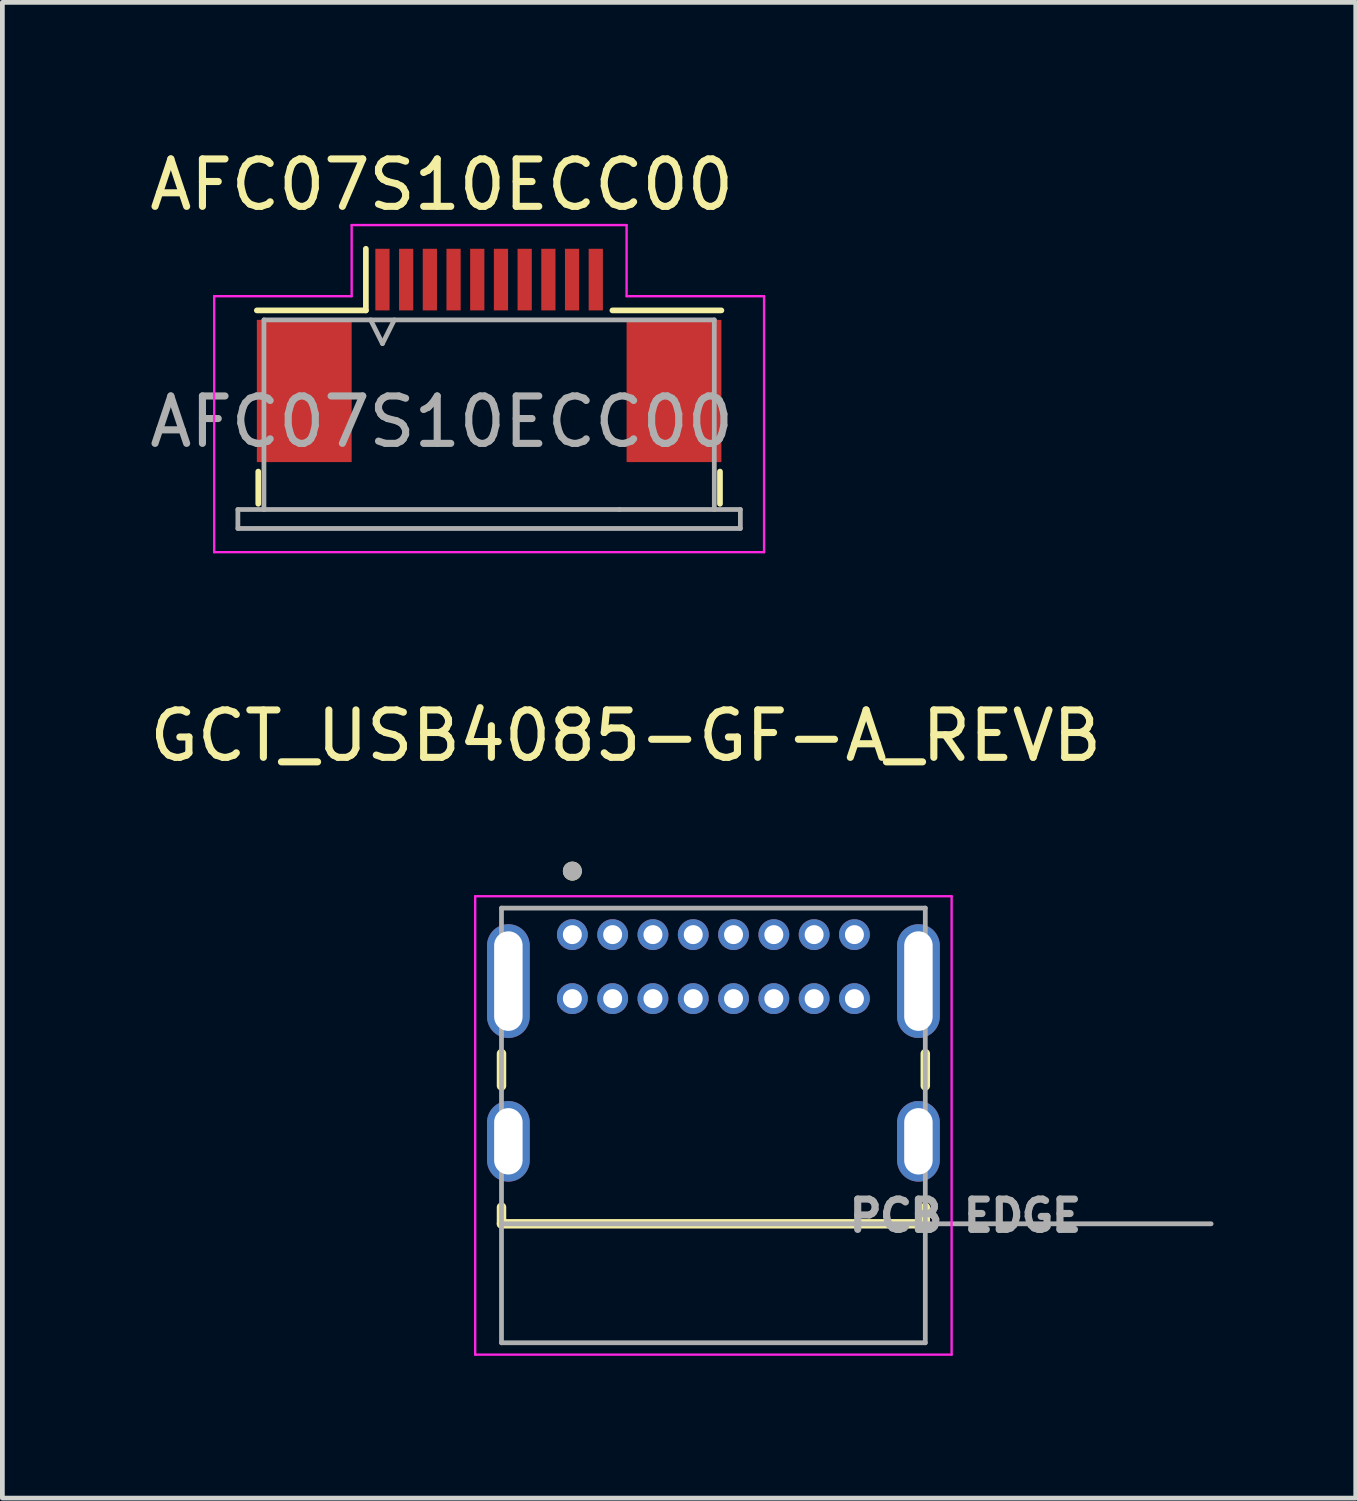
<source format=kicad_pcb>
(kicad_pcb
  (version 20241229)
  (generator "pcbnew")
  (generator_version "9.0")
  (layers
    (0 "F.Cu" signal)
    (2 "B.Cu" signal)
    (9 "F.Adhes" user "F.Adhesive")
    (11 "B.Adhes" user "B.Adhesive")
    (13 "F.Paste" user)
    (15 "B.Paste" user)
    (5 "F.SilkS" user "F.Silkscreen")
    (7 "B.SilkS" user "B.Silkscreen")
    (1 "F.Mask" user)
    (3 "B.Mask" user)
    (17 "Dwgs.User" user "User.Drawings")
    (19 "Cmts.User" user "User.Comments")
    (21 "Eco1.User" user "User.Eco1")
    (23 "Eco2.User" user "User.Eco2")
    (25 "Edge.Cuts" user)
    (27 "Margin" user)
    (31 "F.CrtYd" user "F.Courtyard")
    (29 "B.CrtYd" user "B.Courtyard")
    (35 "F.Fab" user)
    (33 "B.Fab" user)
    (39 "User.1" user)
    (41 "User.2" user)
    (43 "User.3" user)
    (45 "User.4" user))
  (footprint "AFC07S10ECC00"
    (layer "F.Cu")
    (at 6.268 4.448)
    (property "Reference" "AFC07S10ECC00" (at 0 -3.6 0) (layer "F.SilkS") (effects (font (size 1 1) (thickness 0.15))))
    (attr smd)
    (fp_line (start -3.87 2.45) (end -3.87 3.13) (stroke (width 0.12) (type solid)) (layer "F.SilkS"))
    (fp_line (start -1.6 -0.95) (end -3.9 -0.95) (stroke (width 0.12) (type solid)) (layer "F.SilkS"))
    (fp_line (start -1.6 -0.95) (end -1.6 -2.25) (stroke (width 0.12) (type solid)) (layer "F.SilkS"))
    (fp_line (start 3.6 -0.95) (end 5.9 -0.95) (stroke (width 0.12) (type solid)) (layer "F.SilkS"))
    (fp_line (start 5.87 2.45) (end 5.87 3.13) (stroke (width 0.12) (type solid)) (layer "F.SilkS"))
    (fp_line (start -4.8 -1.25) (end -4.8 4.15) (stroke (width 0.05) (type solid)) (layer "F.CrtYd"))
    (fp_line (start -4.8 4.15) (end 6.8 4.15) (stroke (width 0.05) (type solid)) (layer "F.CrtYd"))
    (fp_line (start -1.9 -2.75) (end -1.9 -1.25) (stroke (width 0.05) (type solid)) (layer "F.CrtYd"))
    (fp_line (start -1.9 -1.25) (end -4.8 -1.25) (stroke (width 0.05) (type solid)) (layer "F.CrtYd"))
    (fp_line (start 3.9 -2.75) (end -1.9 -2.75) (stroke (width 0.05) (type solid)) (layer "F.CrtYd"))
    (fp_line (start 3.9 -1.25) (end 3.9 -2.75) (stroke (width 0.05) (type solid)) (layer "F.CrtYd"))
    (fp_line (start 6.8 -1.25) (end 3.9 -1.25) (stroke (width 0.05) (type solid)) (layer "F.CrtYd"))
    (fp_line (start 6.8 4.15) (end 6.8 -1.25) (stroke (width 0.05) (type solid)) (layer "F.CrtYd"))
    (fp_line (start -4.3 3.25) (end -4.3 3.65) (stroke (width 0.1) (type solid)) (layer "F.Fab"))
    (fp_line (start -4.3 3.65) (end 6.3 3.65) (stroke (width 0.1) (type solid)) (layer "F.Fab"))
    (fp_line (start -3.75 -0.75) (end 5.75 -0.75) (stroke (width 0.1) (type solid)) (layer "F.Fab"))
    (fp_line (start -3.75 3.25) (end -4.3 3.25) (stroke (width 0.1) (type solid)) (layer "F.Fab"))
    (fp_line (start -3.75 3.25) (end -3.75 -0.75) (stroke (width 0.1) (type solid)) (layer "F.Fab"))
    (fp_line (start -1.5 -0.75) (end -1.25 -0.25) (stroke (width 0.1) (type solid)) (layer "F.Fab"))
    (fp_line (start -1.25 -0.25) (end -1 -0.75) (stroke (width 0.1) (type solid)) (layer "F.Fab"))
    (fp_line (start 3.75 3.25) (end -3.75 3.25) (stroke (width 0.1) (type solid)) (layer "F.Fab"))
    (fp_line (start 5.75 3.25) (end 5.75 -0.75) (stroke (width 0.1) (type solid)) (layer "F.Fab"))
    (fp_line (start 6.3 3.25) (end 3.75 3.25) (stroke (width 0.1) (type solid)) (layer "F.Fab"))
    (fp_line (start 6.3 3.65) (end 6.3 3.25) (stroke (width 0.1) (type solid)) (layer "F.Fab"))
    (fp_text user "${REFERENCE}" (at 0 1.4 0) (unlocked yes) (layer "F.Fab") (effects (font (size 1 1) (thickness 0.15))))
    (pad "1" smd rect (at -1.25 -1.6) (size 0.3 1.3) (layers "F.Cu" "F.Mask" "F.Paste"))
    (pad "2" smd rect (at -0.75 -1.6) (size 0.3 1.3) (layers "F.Cu" "F.Mask" "F.Paste"))
    (pad "3" smd rect (at -0.25 -1.6) (size 0.3 1.3) (layers "F.Cu" "F.Mask" "F.Paste"))
    (pad "4" smd rect (at 0.25 -1.6) (size 0.3 1.3) (layers "F.Cu" "F.Mask" "F.Paste"))
    (pad "5" smd rect (at 0.75 -1.6) (size 0.3 1.3) (layers "F.Cu" "F.Mask" "F.Paste"))
    (pad "6" smd rect (at 1.25 -1.6) (size 0.3 1.3) (layers "F.Cu" "F.Mask" "F.Paste"))
    (pad "7" smd rect (at 1.75 -1.6) (size 0.3 1.3) (layers "F.Cu" "F.Mask" "F.Paste"))
    (pad "8" smd rect (at 2.25 -1.6) (size 0.3 1.3) (layers "F.Cu" "F.Mask" "F.Paste"))
    (pad "9" smd rect (at 2.75 -1.6) (size 0.3 1.3) (layers "F.Cu" "F.Mask" "F.Paste"))
    (pad "10" smd rect (at 3.25 -1.6) (size 0.3 1.3) (layers "F.Cu" "F.Mask" "F.Paste"))
    (pad "MP1" smd rect (at -2.9 0.75) (size 2 3) (layers "F.Cu" "F.Mask" "F.Paste"))
    (pad "MP2" smd rect (at 4.9 0.75) (size 2 3) (layers "F.Cu" "F.Mask" "F.Paste")))
  (footprint "GCT_USB4085-GF-A_REVB"
    (layer "F.Cu")
    (at 11.999 21.026)
    (property "Reference" "GCT_USB4085-GF-A_REVB" (at -1.85 -8.555 0) (layer "F.SilkS") (effects (font (size 1 1) (thickness 0.15))))
    (attr through_hole)
    (fp_line (start -4.47 -1.85) (end -4.47 -1.17) (stroke (width 0.2) (type solid)) (layer "F.SilkS"))
    (fp_line (start -4.47 1.39) (end -4.47 1.74) (stroke (width 0.2) (type solid)) (layer "F.SilkS"))
    (fp_line (start -4.47 1.74) (end 4.47 1.74) (stroke (width 0.2) (type solid)) (layer "F.SilkS"))
    (fp_line (start 4.47 -1.85) (end 4.47 -1.17) (stroke (width 0.2) (type solid)) (layer "F.SilkS"))
    (fp_line (start 4.47 1.74) (end 4.47 1.39) (stroke (width 0.2) (type solid)) (layer "F.SilkS"))
    (fp_circle (center -2.975 -5.7) (end -2.875 -5.7) (stroke (width 0.2) (type solid)) (fill no) (layer "F.SilkS"))
    (fp_line (start -5.025 -5.17) (end 5.025 -5.17) (stroke (width 0.05) (type solid)) (layer "F.CrtYd"))
    (fp_line (start -5.025 4.5) (end -5.025 -5.17) (stroke (width 0.05) (type solid)) (layer "F.CrtYd"))
    (fp_line (start 5.025 -5.17) (end 5.025 4.5) (stroke (width 0.05) (type solid)) (layer "F.CrtYd"))
    (fp_line (start 5.025 4.5) (end -5.025 4.5) (stroke (width 0.05) (type solid)) (layer "F.CrtYd"))
    (fp_line (start -4.47 -4.92) (end 4.47 -4.92) (stroke (width 0.1) (type solid)) (layer "F.Fab"))
    (fp_line (start -4.47 1.74) (end -4.47 -4.92) (stroke (width 0.1) (type solid)) (layer "F.Fab"))
    (fp_line (start -4.47 1.74) (end 10.5 1.74) (stroke (width 0.1) (type solid)) (layer "F.Fab"))
    (fp_line (start -4.47 4.25) (end -4.47 1.74) (stroke (width 0.1) (type solid)) (layer "F.Fab"))
    (fp_line (start 4.47 -4.92) (end 4.47 4.25) (stroke (width 0.1) (type solid)) (layer "F.Fab"))
    (fp_line (start 4.47 4.25) (end -4.47 4.25) (stroke (width 0.1) (type solid)) (layer "F.Fab"))
    (fp_circle (center -2.975 -5.7) (end -2.875 -5.7) (stroke (width 0.2) (type solid)) (fill no) (layer "F.Fab"))
    (fp_text user "PCB EDGE" (at 5.315 1.57 0) (layer "F.Fab") (effects (font (size 0.64 0.64) (thickness 0.15))))
    (pad "A1" thru_hole circle (at -2.975 -4.36) (size 0.65 0.65) (drill 0.4) (layers "*.Cu" "*.Mask"))
    (pad "A4" thru_hole circle (at -2.125 -4.36) (size 0.65 0.65) (drill 0.4) (layers "*.Cu" "*.Mask"))
    (pad "A5" thru_hole circle (at -1.275 -4.36) (size 0.65 0.65) (drill 0.4) (layers "*.Cu" "*.Mask"))
    (pad "A6" thru_hole circle (at -0.425 -4.36) (size 0.65 0.65) (drill 0.4) (layers "*.Cu" "*.Mask"))
    (pad "A7" thru_hole circle (at 0.425 -4.36) (size 0.65 0.65) (drill 0.4) (layers "*.Cu" "*.Mask"))
    (pad "A8" thru_hole circle (at 1.275 -4.36) (size 0.65 0.65) (drill 0.4) (layers "*.Cu" "*.Mask"))
    (pad "A9" thru_hole circle (at 2.125 -4.36) (size 0.65 0.65) (drill 0.4) (layers "*.Cu" "*.Mask"))
    (pad "A12" thru_hole circle (at 2.975 -4.36) (size 0.65 0.65) (drill 0.4) (layers "*.Cu" "*.Mask"))
    (pad "B1" thru_hole circle (at 2.975 -3.01) (size 0.65 0.65) (drill 0.4) (layers "*.Cu" "*.Mask"))
    (pad "B4" thru_hole circle (at 2.125 -3.01) (size 0.65 0.65) (drill 0.4) (layers "*.Cu" "*.Mask"))
    (pad "B5" thru_hole circle (at 1.275 -3.01) (size 0.65 0.65) (drill 0.4) (layers "*.Cu" "*.Mask"))
    (pad "B6" thru_hole circle (at 0.425 -3.01) (size 0.65 0.65) (drill 0.4) (layers "*.Cu" "*.Mask"))
    (pad "B7" thru_hole circle (at -0.425 -3.01) (size 0.65 0.65) (drill 0.4) (layers "*.Cu" "*.Mask"))
    (pad "B8" thru_hole circle (at -1.275 -3.01) (size 0.65 0.65) (drill 0.4) (layers "*.Cu" "*.Mask"))
    (pad "B9" thru_hole circle (at -2.125 -3.01) (size 0.65 0.65) (drill 0.4) (layers "*.Cu" "*.Mask"))
    (pad "B12" thru_hole circle (at -2.975 -3.01) (size 0.65 0.65) (drill 0.4) (layers "*.Cu" "*.Mask"))
    (pad "S1" thru_hole oval (at -4.325 0) (size 0.9 1.7) (drill oval 0.6 1.4) (layers "*.Cu" "*.Mask"))
    (pad "S2" thru_hole oval (at 4.325 0) (size 0.9 1.7) (drill oval 0.6 1.4) (layers "*.Cu" "*.Mask"))
    (pad "S3" thru_hole oval (at -4.325 -3.38) (size 0.9 2.4) (drill oval 0.6 2.1) (layers "*.Cu" "*.Mask"))
    (pad "S4" thru_hole oval (at 4.325 -3.38) (size 0.9 2.4) (drill oval 0.6 2.1) (layers "*.Cu" "*.Mask")))
  (gr_rect
    (start -3 -3)
    (end 25.549 28.552)
    (stroke (width 0.1) (type default))
    (fill no)
    (layer "Edge.Cuts")))
</source>
